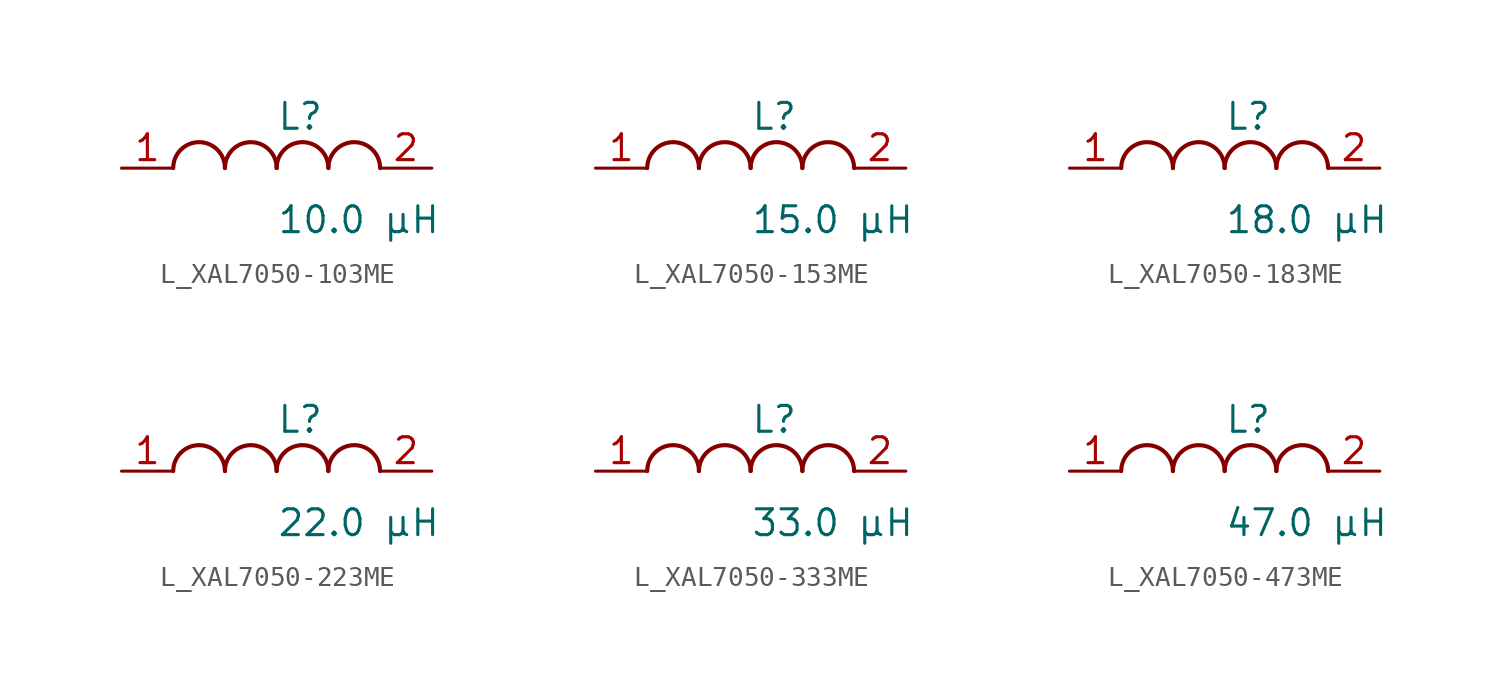
<source format=kicad_sym>
(kicad_symbol_lib
  (version 20231120)
  (generator kicad_symbol_editor)
  (generator_version 8.0)
  (symbol "L_XAL7050-103ME"
    (pin_names
      (offset 0.254))
    (property "Reference" "L"
      (at 0.0 2.54 0)
      (effects (font (size 1.27 1.27)) (justify left)))
    (property "Value" "10.0 µH"
      (at 0.0 -2.54 0)
      (effects (font (size 1.27 1.27)) (justify left)))
    (symbol "L_XAL7050-103ME_1_1"
      (arc (start -2.54 0.0056) (mid -3.81 1.27) (end -5.08 0.0056) (stroke (width 0.2032) (type default)) (fill (type none)))
      (arc (start 0 0.0056) (mid -1.27 1.27) (end -2.54 0.0056) (stroke (width 0.2032) (type default)) (fill (type none)))
      (arc (start 2.54 0.0056) (mid 1.27 1.27) (end 0 0.0056) (stroke (width 0.2032) (type default)) (fill (type none)))
      (arc (start 5.08 0.0056) (mid 3.81 1.27) (end 2.54 0.0056) (stroke (width 0.2032) (type default)) (fill (type none)))
      (pin unspecified line (at -7.62 0 0) (length 2.54) (name "" (effects (font (size 1.27 1.27)))) (number "1" (effects (font (size 1.27 1.27)))))
      (pin unspecified line (at 7.62 0 180) (length 2.54) (name "" (effects (font (size 1.27 1.27)))) (number "2" (effects (font (size 1.27 1.27)))))))
  (symbol "L_XAL7050-153ME"
    (pin_names
      (offset 0.254))
    (property "Reference" "L"
      (at 0.0 2.54 0)
      (effects (font (size 1.27 1.27)) (justify left)))
    (property "Value" "15.0 µH"
      (at 0.0 -2.54 0)
      (effects (font (size 1.27 1.27)) (justify left)))
    (symbol "L_XAL7050-153ME_1_1"
      (arc (start -2.54 0.0056) (mid -3.81 1.27) (end -5.08 0.0056) (stroke (width 0.2032) (type default)) (fill (type none)))
      (arc (start 0 0.0056) (mid -1.27 1.27) (end -2.54 0.0056) (stroke (width 0.2032) (type default)) (fill (type none)))
      (arc (start 2.54 0.0056) (mid 1.27 1.27) (end 0 0.0056) (stroke (width 0.2032) (type default)) (fill (type none)))
      (arc (start 5.08 0.0056) (mid 3.81 1.27) (end 2.54 0.0056) (stroke (width 0.2032) (type default)) (fill (type none)))
      (pin unspecified line (at -7.62 0 0) (length 2.54) (name "" (effects (font (size 1.27 1.27)))) (number "1" (effects (font (size 1.27 1.27)))))
      (pin unspecified line (at 7.62 0 180) (length 2.54) (name "" (effects (font (size 1.27 1.27)))) (number "2" (effects (font (size 1.27 1.27)))))))
  (symbol "L_XAL7050-183ME"
    (pin_names
      (offset 0.254))
    (property "Reference" "L"
      (at 0.0 2.54 0)
      (effects (font (size 1.27 1.27)) (justify left)))
    (property "Value" "18.0 µH"
      (at 0.0 -2.54 0)
      (effects (font (size 1.27 1.27)) (justify left)))
    (symbol "L_XAL7050-183ME_1_1"
      (arc (start -2.54 0.0056) (mid -3.81 1.27) (end -5.08 0.0056) (stroke (width 0.2032) (type default)) (fill (type none)))
      (arc (start 0 0.0056) (mid -1.27 1.27) (end -2.54 0.0056) (stroke (width 0.2032) (type default)) (fill (type none)))
      (arc (start 2.54 0.0056) (mid 1.27 1.27) (end 0 0.0056) (stroke (width 0.2032) (type default)) (fill (type none)))
      (arc (start 5.08 0.0056) (mid 3.81 1.27) (end 2.54 0.0056) (stroke (width 0.2032) (type default)) (fill (type none)))
      (pin unspecified line (at -7.62 0 0) (length 2.54) (name "" (effects (font (size 1.27 1.27)))) (number "1" (effects (font (size 1.27 1.27)))))
      (pin unspecified line (at 7.62 0 180) (length 2.54) (name "" (effects (font (size 1.27 1.27)))) (number "2" (effects (font (size 1.27 1.27)))))))
  (symbol "L_XAL7050-223ME"
    (pin_names
      (offset 0.254))
    (property "Reference" "L"
      (at 0.0 2.54 0)
      (effects (font (size 1.27 1.27)) (justify left)))
    (property "Value" "22.0 µH"
      (at 0.0 -2.54 0)
      (effects (font (size 1.27 1.27)) (justify left)))
    (symbol "L_XAL7050-223ME_1_1"
      (arc (start -2.54 0.0056) (mid -3.81 1.27) (end -5.08 0.0056) (stroke (width 0.2032) (type default)) (fill (type none)))
      (arc (start 0 0.0056) (mid -1.27 1.27) (end -2.54 0.0056) (stroke (width 0.2032) (type default)) (fill (type none)))
      (arc (start 2.54 0.0056) (mid 1.27 1.27) (end 0 0.0056) (stroke (width 0.2032) (type default)) (fill (type none)))
      (arc (start 5.08 0.0056) (mid 3.81 1.27) (end 2.54 0.0056) (stroke (width 0.2032) (type default)) (fill (type none)))
      (pin unspecified line (at -7.62 0 0) (length 2.54) (name "" (effects (font (size 1.27 1.27)))) (number "1" (effects (font (size 1.27 1.27)))))
      (pin unspecified line (at 7.62 0 180) (length 2.54) (name "" (effects (font (size 1.27 1.27)))) (number "2" (effects (font (size 1.27 1.27)))))))
  (symbol "L_XAL7050-333ME"
    (pin_names
      (offset 0.254))
    (property "Reference" "L"
      (at 0.0 2.54 0)
      (effects (font (size 1.27 1.27)) (justify left)))
    (property "Value" "33.0 µH"
      (at 0.0 -2.54 0)
      (effects (font (size 1.27 1.27)) (justify left)))
    (symbol "L_XAL7050-333ME_1_1"
      (arc (start -2.54 0.0056) (mid -3.81 1.27) (end -5.08 0.0056) (stroke (width 0.2032) (type default)) (fill (type none)))
      (arc (start 0 0.0056) (mid -1.27 1.27) (end -2.54 0.0056) (stroke (width 0.2032) (type default)) (fill (type none)))
      (arc (start 2.54 0.0056) (mid 1.27 1.27) (end 0 0.0056) (stroke (width 0.2032) (type default)) (fill (type none)))
      (arc (start 5.08 0.0056) (mid 3.81 1.27) (end 2.54 0.0056) (stroke (width 0.2032) (type default)) (fill (type none)))
      (pin unspecified line (at -7.62 0 0) (length 2.54) (name "" (effects (font (size 1.27 1.27)))) (number "1" (effects (font (size 1.27 1.27)))))
      (pin unspecified line (at 7.62 0 180) (length 2.54) (name "" (effects (font (size 1.27 1.27)))) (number "2" (effects (font (size 1.27 1.27)))))))
  (symbol "L_XAL7050-473ME"
    (pin_names
      (offset 0.254))
    (property "Reference" "L"
      (at 0.0 2.54 0)
      (effects (font (size 1.27 1.27)) (justify left)))
    (property "Value" "47.0 µH"
      (at 0.0 -2.54 0)
      (effects (font (size 1.27 1.27)) (justify left)))
    (symbol "L_XAL7050-473ME_1_1"
      (arc (start -2.54 0.0056) (mid -3.81 1.27) (end -5.08 0.0056) (stroke (width 0.2032) (type default)) (fill (type none)))
      (arc (start 0 0.0056) (mid -1.27 1.27) (end -2.54 0.0056) (stroke (width 0.2032) (type default)) (fill (type none)))
      (arc (start 2.54 0.0056) (mid 1.27 1.27) (end 0 0.0056) (stroke (width 0.2032) (type default)) (fill (type none)))
      (arc (start 5.08 0.0056) (mid 3.81 1.27) (end 2.54 0.0056) (stroke (width 0.2032) (type default)) (fill (type none)))
      (pin unspecified line (at -7.62 0 0) (length 2.54) (name "" (effects (font (size 1.27 1.27)))) (number "1" (effects (font (size 1.27 1.27)))))
      (pin unspecified line (at 7.62 0 180) (length 2.54) (name "" (effects (font (size 1.27 1.27)))) (number "2" (effects (font (size 1.27 1.27))))))))
</source>
